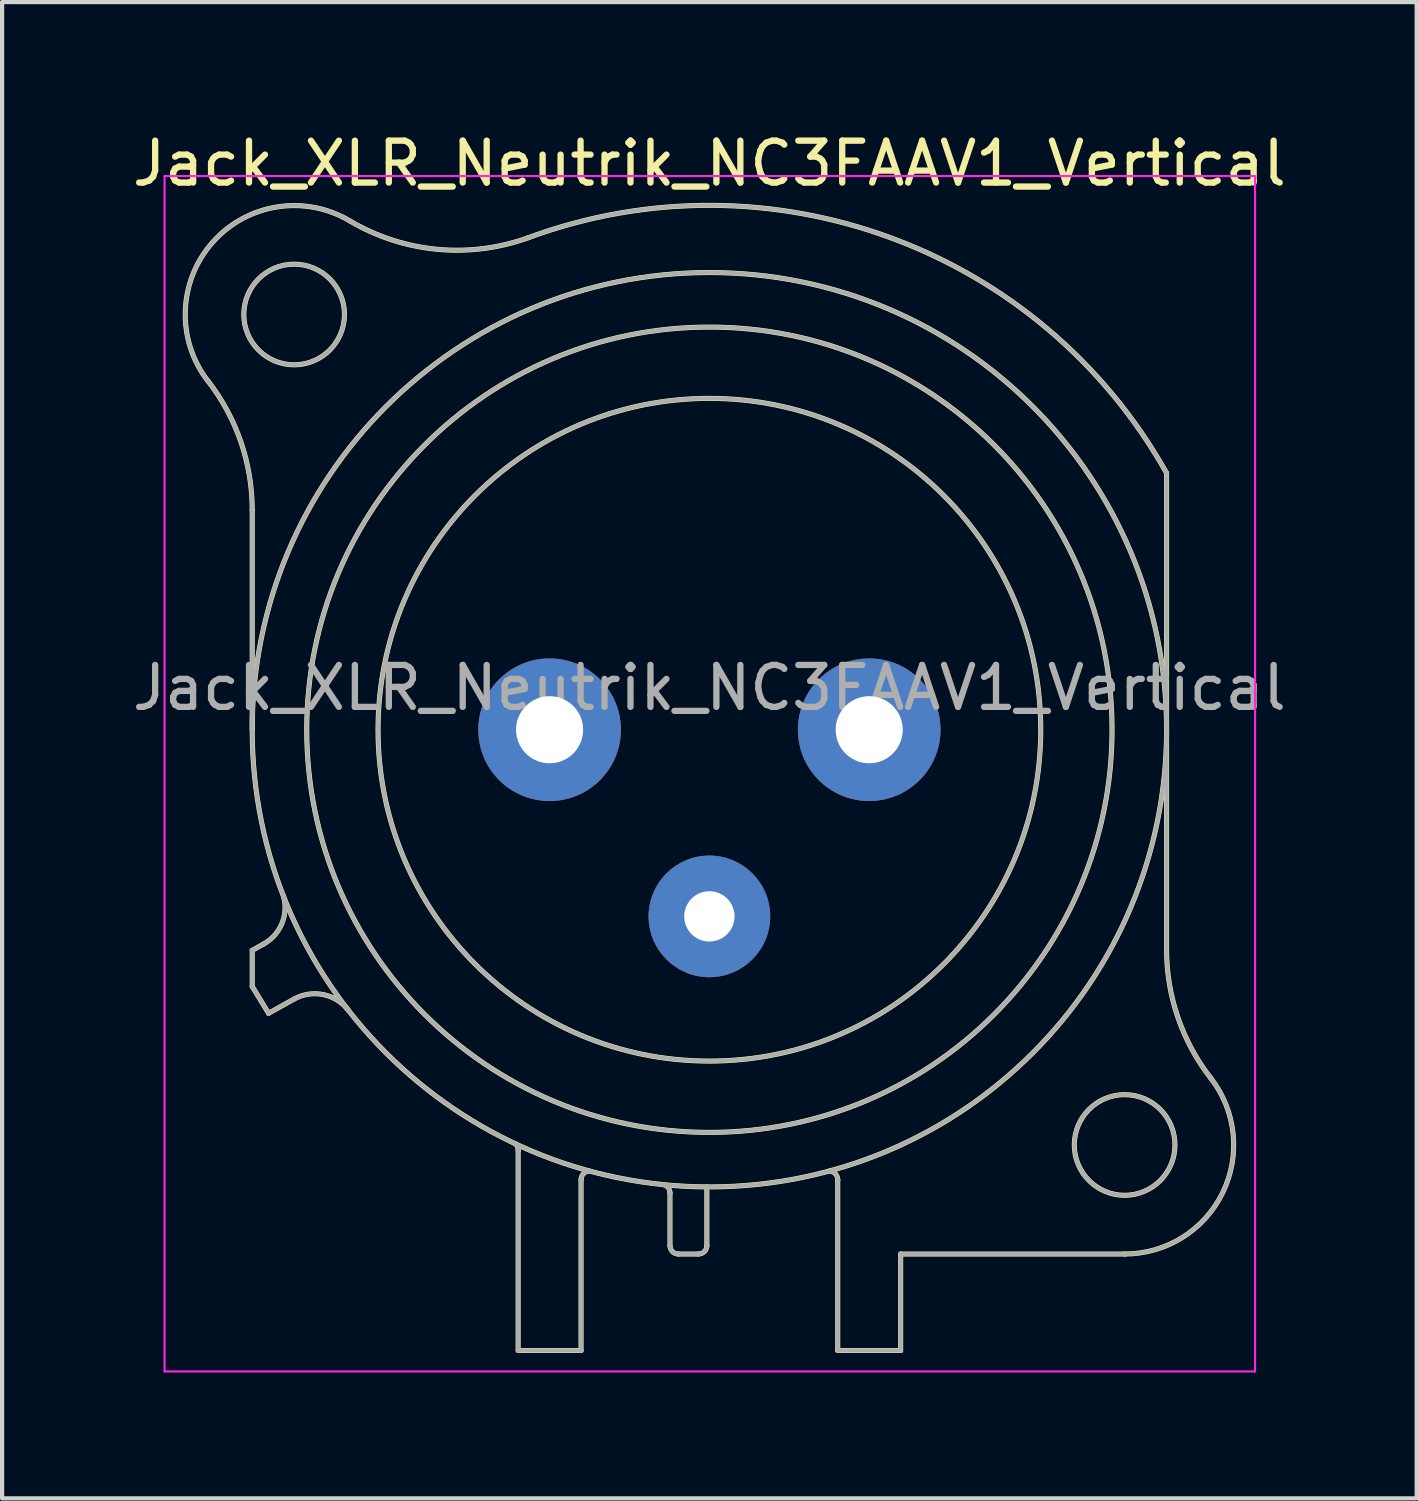
<source format=kicad_pcb>
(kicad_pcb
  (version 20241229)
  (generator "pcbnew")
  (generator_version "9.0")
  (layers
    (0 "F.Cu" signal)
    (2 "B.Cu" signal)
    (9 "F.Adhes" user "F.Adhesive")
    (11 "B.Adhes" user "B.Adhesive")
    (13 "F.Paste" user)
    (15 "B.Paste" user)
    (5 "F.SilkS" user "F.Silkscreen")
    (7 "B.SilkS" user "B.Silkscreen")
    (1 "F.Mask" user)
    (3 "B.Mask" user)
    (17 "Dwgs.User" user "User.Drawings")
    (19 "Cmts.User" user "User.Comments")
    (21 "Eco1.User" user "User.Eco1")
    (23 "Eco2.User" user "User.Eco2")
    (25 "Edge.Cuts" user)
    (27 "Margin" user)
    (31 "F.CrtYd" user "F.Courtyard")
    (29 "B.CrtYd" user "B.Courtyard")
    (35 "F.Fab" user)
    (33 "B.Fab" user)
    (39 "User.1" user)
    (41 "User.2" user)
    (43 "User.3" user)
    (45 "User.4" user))
  (footprint "Jack_XLR_Neutrik_NC3FAAV1_Vertical"
    (layer "F.Cu")
    (at 17.673 14.348)
    (property "Reference" "Jack_XLR_Neutrik_NC3FAAV1_Vertical" (at -3.81 -13.5 0) (layer "F.SilkS") (effects (font (size 1 1) (thickness 0.15))))
    (attr through_hole)
    (fp_line (start -14.71 0) (end -14.71 -5.24) (stroke (width 0.12) (type solid)) (layer "F.SilkS"))
    (fp_line (start -14.71 5.26) (end -14.44 5.11) (stroke (width 0.12) (type solid)) (layer "F.SilkS"))
    (fp_line (start -14.71 6.12) (end -14.71 5.26) (stroke (width 0.12) (type solid)) (layer "F.SilkS"))
    (fp_line (start -14.32 6.76) (end -14.71 6.12) (stroke (width 0.12) (type solid)) (layer "F.SilkS"))
    (fp_line (start -13.71 6.42) (end -14.32 6.76) (stroke (width 0.12) (type solid)) (layer "F.SilkS"))
    (fp_line (start -8.37 10.03) (end -8.37 14.8) (stroke (width 0.12) (type solid)) (layer "F.SilkS"))
    (fp_line (start -6.87 14.8) (end -8.37 14.8) (stroke (width 0.12) (type solid)) (layer "F.SilkS"))
    (fp_line (start -6.87 14.8) (end -6.87 10.73) (stroke (width 0.12) (type solid)) (layer "F.SilkS"))
    (fp_line (start -4.75 11.04) (end -4.75 12.3) (stroke (width 0.12) (type solid)) (layer "F.SilkS"))
    (fp_line (start -4.07 12.5) (end -4.55 12.5) (stroke (width 0.12) (type solid)) (layer "F.SilkS"))
    (fp_line (start -3.87 10.9) (end -3.87 12.3) (stroke (width 0.12) (type solid)) (layer "F.SilkS"))
    (fp_line (start -0.75 10.73) (end -0.75 10.73) (stroke (width 0.12) (type solid)) (layer "F.SilkS"))
    (fp_line (start -0.75 14.8) (end -0.75 10.73) (stroke (width 0.12) (type solid)) (layer "F.SilkS"))
    (fp_line (start 0.75 12.5) (end 6.09 12.5) (stroke (width 0.12) (type solid)) (layer "F.SilkS"))
    (fp_line (start 0.75 14.8) (end -0.75 14.8) (stroke (width 0.12) (type solid)) (layer "F.SilkS"))
    (fp_line (start 0.75 14.8) (end 0.75 12.5) (stroke (width 0.12) (type solid)) (layer "F.SilkS"))
    (fp_line (start 7.09 5.24) (end 7.09 -6.12) (stroke (width 0.12) (type solid)) (layer "F.SilkS"))
    (fp_arc (start -15.766689 -8.317569) (mid -14.98153 -6.866962) (end -14.71 -5.24) (stroke (width 0.12) (type solid)) (layer "F.SilkS"))
    (fp_arc (start -15.761979 -8.309032) (mid -15.65429 -11.620911) (end -12.38 -12.13) (stroke (width 0.12) (type solid)) (layer "F.SilkS"))
    (fp_arc (start -13.969214 3.951372) (mid -13.999461 4.614043) (end -14.44 5.11) (stroke (width 0.12) (type solid)) (layer "F.SilkS"))
    (fp_arc (start -13.71 6.42) (mid -13.01025 6.315915) (end -12.412202 6.693832) (stroke (width 0.12) (type solid)) (layer "F.SilkS"))
    (fp_arc (start -8.436364 9.870864) (mid -8.385177 9.942924) (end -8.37 10.03) (stroke (width 0.12) (type solid)) (layer "F.SilkS"))
    (fp_arc (start -8.12905 -11.730738) (mid 0.51404 -11.7289) (end 7.09 -6.12) (stroke (width 0.12) (type solid)) (layer "F.SilkS"))
    (fp_arc (start -8.118081 -11.733841) (mid -10.293498 -11.453642) (end -12.38 -12.13) (stroke (width 0.12) (type solid)) (layer "F.SilkS"))
    (fp_arc (start -6.87 10.73) (mid -6.814828 10.588126) (end -6.678303 10.520799) (stroke (width 0.12) (type solid)) (layer "F.SilkS"))
    (fp_arc (start -4.908418 10.84437) (mid -4.794571 10.914136) (end -4.75 11.04) (stroke (width 0.12) (type solid)) (layer "F.SilkS"))
    (fp_arc (start -4.55 12.5) (mid -4.691421 12.441421) (end -4.75 12.3) (stroke (width 0.12) (type solid)) (layer "F.SilkS"))
    (fp_arc (start -3.87 12.3) (mid -3.928579 12.441421) (end -4.07 12.5) (stroke (width 0.12) (type solid)) (layer "F.SilkS"))
    (fp_arc (start -0.949009 10.520288) (mid -0.807671 10.585446) (end -0.75 10.73) (stroke (width 0.12) (type solid)) (layer "F.SilkS"))
    (fp_arc (start 8.141619 8.302858) (mid 8.42587 11.041804) (end 6.09 12.5) (stroke (width 0.12) (type solid)) (layer "F.SilkS"))
    (fp_arc (start 8.14247 8.305283) (mid 7.360446 6.860467) (end 7.09 5.24) (stroke (width 0.12) (type solid)) (layer "F.SilkS"))
    (fp_circle (center -13.71 -9.9) (end -12.51 -9.9) (stroke (width 0.12) (type solid)) (fill no) (layer "F.SilkS"))
    (fp_circle (center -3.81 0) (end 4.09 0) (stroke (width 0.12) (type solid)) (fill no) (layer "F.SilkS"))
    (fp_circle (center -3.81 0) (end 5.79 0) (stroke (width 0.12) (type solid)) (fill no) (layer "F.SilkS"))
    (fp_circle (center -3.81 0) (end 7.09 0) (stroke (width 0.12) (type solid)) (fill no) (layer "F.SilkS"))
    (fp_circle (center 6.09 9.9) (end 7.29 9.9) (stroke (width 0.12) (type solid)) (fill no) (layer "F.SilkS"))
    (fp_line (start -16.8 -13.2) (end 9.2 -13.2) (stroke (width 0.05) (type solid)) (layer "F.CrtYd"))
    (fp_line (start -16.8 15.3) (end -16.8 -13.2) (stroke (width 0.05) (type solid)) (layer "F.CrtYd"))
    (fp_line (start 9.2 -13.2) (end 9.2 15.3) (stroke (width 0.05) (type solid)) (layer "F.CrtYd"))
    (fp_line (start 9.2 15.3) (end -16.8 15.3) (stroke (width 0.05) (type solid)) (layer "F.CrtYd"))
    (fp_line (start -14.71 0) (end -14.71 -5.24) (stroke (width 0.1) (type solid)) (layer "F.Fab"))
    (fp_line (start -14.71 5.26) (end -14.44 5.11) (stroke (width 0.1) (type solid)) (layer "F.Fab"))
    (fp_line (start -14.71 6.12) (end -14.71 5.26) (stroke (width 0.1) (type solid)) (layer "F.Fab"))
    (fp_line (start -14.32 6.76) (end -14.71 6.12) (stroke (width 0.1) (type solid)) (layer "F.Fab"))
    (fp_line (start -13.71 6.42) (end -14.32 6.76) (stroke (width 0.1) (type solid)) (layer "F.Fab"))
    (fp_line (start -8.37 10.03) (end -8.37 14.8) (stroke (width 0.1) (type solid)) (layer "F.Fab"))
    (fp_line (start -6.87 14.8) (end -8.37 14.8) (stroke (width 0.1) (type solid)) (layer "F.Fab"))
    (fp_line (start -6.87 14.8) (end -6.87 10.73) (stroke (width 0.1) (type solid)) (layer "F.Fab"))
    (fp_line (start -4.75 11.04) (end -4.75 12.3) (stroke (width 0.1) (type solid)) (layer "F.Fab"))
    (fp_line (start -4.07 12.5) (end -4.55 12.5) (stroke (width 0.1) (type solid)) (layer "F.Fab"))
    (fp_line (start -3.87 10.9) (end -3.87 12.3) (stroke (width 0.1) (type solid)) (layer "F.Fab"))
    (fp_line (start -0.75 10.73) (end -0.75 10.73) (stroke (width 0.1) (type solid)) (layer "F.Fab"))
    (fp_line (start -0.75 14.8) (end -0.75 10.73) (stroke (width 0.1) (type solid)) (layer "F.Fab"))
    (fp_line (start 0.75 12.5) (end 6.09 12.5) (stroke (width 0.1) (type solid)) (layer "F.Fab"))
    (fp_line (start 0.75 14.8) (end -0.75 14.8) (stroke (width 0.1) (type solid)) (layer "F.Fab"))
    (fp_line (start 0.75 14.8) (end 0.75 12.5) (stroke (width 0.1) (type solid)) (layer "F.Fab"))
    (fp_line (start 7.09 5.24) (end 7.09 -6.12) (stroke (width 0.1) (type solid)) (layer "F.Fab"))
    (fp_arc (start -15.766689 -8.317569) (mid -14.98153 -6.866962) (end -14.71 -5.24) (stroke (width 0.1) (type solid)) (layer "F.Fab"))
    (fp_arc (start -15.761979 -8.309032) (mid -15.65429 -11.620911) (end -12.38 -12.13) (stroke (width 0.1) (type solid)) (layer "F.Fab"))
    (fp_arc (start -13.969214 3.951372) (mid -13.999461 4.614043) (end -14.44 5.11) (stroke (width 0.1) (type solid)) (layer "F.Fab"))
    (fp_arc (start -13.71 6.42) (mid -13.01025 6.315915) (end -12.412202 6.693832) (stroke (width 0.1) (type solid)) (layer "F.Fab"))
    (fp_arc (start -8.436364 9.870864) (mid -8.385177 9.942924) (end -8.37 10.03) (stroke (width 0.1) (type solid)) (layer "F.Fab"))
    (fp_arc (start -8.12905 -11.730738) (mid 0.51404 -11.7289) (end 7.09 -6.12) (stroke (width 0.1) (type solid)) (layer "F.Fab"))
    (fp_arc (start -8.118081 -11.733841) (mid -10.293498 -11.453642) (end -12.38 -12.13) (stroke (width 0.1) (type solid)) (layer "F.Fab"))
    (fp_arc (start -6.87 10.73) (mid -6.814828 10.588126) (end -6.678303 10.520799) (stroke (width 0.1) (type solid)) (layer "F.Fab"))
    (fp_arc (start -4.908418 10.84437) (mid -4.794571 10.914136) (end -4.75 11.04) (stroke (width 0.1) (type solid)) (layer "F.Fab"))
    (fp_arc (start -4.55 12.5) (mid -4.691421 12.441421) (end -4.75 12.3) (stroke (width 0.1) (type solid)) (layer "F.Fab"))
    (fp_arc (start -3.87 12.3) (mid -3.928579 12.441421) (end -4.07 12.5) (stroke (width 0.1) (type solid)) (layer "F.Fab"))
    (fp_arc (start -0.949009 10.520288) (mid -0.807671 10.585446) (end -0.75 10.73) (stroke (width 0.1) (type solid)) (layer "F.Fab"))
    (fp_arc (start 8.141619 8.302858) (mid 8.42587 11.041804) (end 6.09 12.5) (stroke (width 0.1) (type solid)) (layer "F.Fab"))
    (fp_arc (start 8.14247 8.305283) (mid 7.360446 6.860467) (end 7.09 5.24) (stroke (width 0.1) (type solid)) (layer "F.Fab"))
    (fp_circle (center -13.71 -9.9) (end -12.51 -9.9) (stroke (width 0.1) (type solid)) (fill no) (layer "F.Fab"))
    (fp_circle (center -3.81 0) (end 4.09 0) (stroke (width 0.1) (type solid)) (fill no) (layer "F.Fab"))
    (fp_circle (center -3.81 0) (end 5.79 0) (stroke (width 0.1) (type solid)) (fill no) (layer "F.Fab"))
    (fp_circle (center -3.81 0) (end 7.09 0) (stroke (width 0.1) (type solid)) (fill no) (layer "F.Fab"))
    (fp_circle (center 6.09 9.9) (end 7.29 9.9) (stroke (width 0.1) (type solid)) (fill no) (layer "F.Fab"))
    (fp_text user "${REFERENCE}" (at -3.81 -1 0) (layer "F.Fab") (effects (font (size 1 1) (thickness 0.15))))
    (pad "1" thru_hole circle (at 0 0) (size 3.4 3.4) (drill 1.6) (layers "*.Cu" "*.Mask"))
    (pad "2" thru_hole circle (at -7.62 0) (size 3.4 3.4) (drill 1.6) (layers "*.Cu" "*.Mask"))
    (pad "3" thru_hole circle (at -3.81 4.45) (size 2.9 2.9) (drill 1.2) (layers "*.Cu" "*.Mask")))
  (gr_rect
    (start -3 -3)
    (end 30.726 32.673)
    (stroke (width 0.1) (type default))
    (fill no)
    (layer "Edge.Cuts")))
</source>
